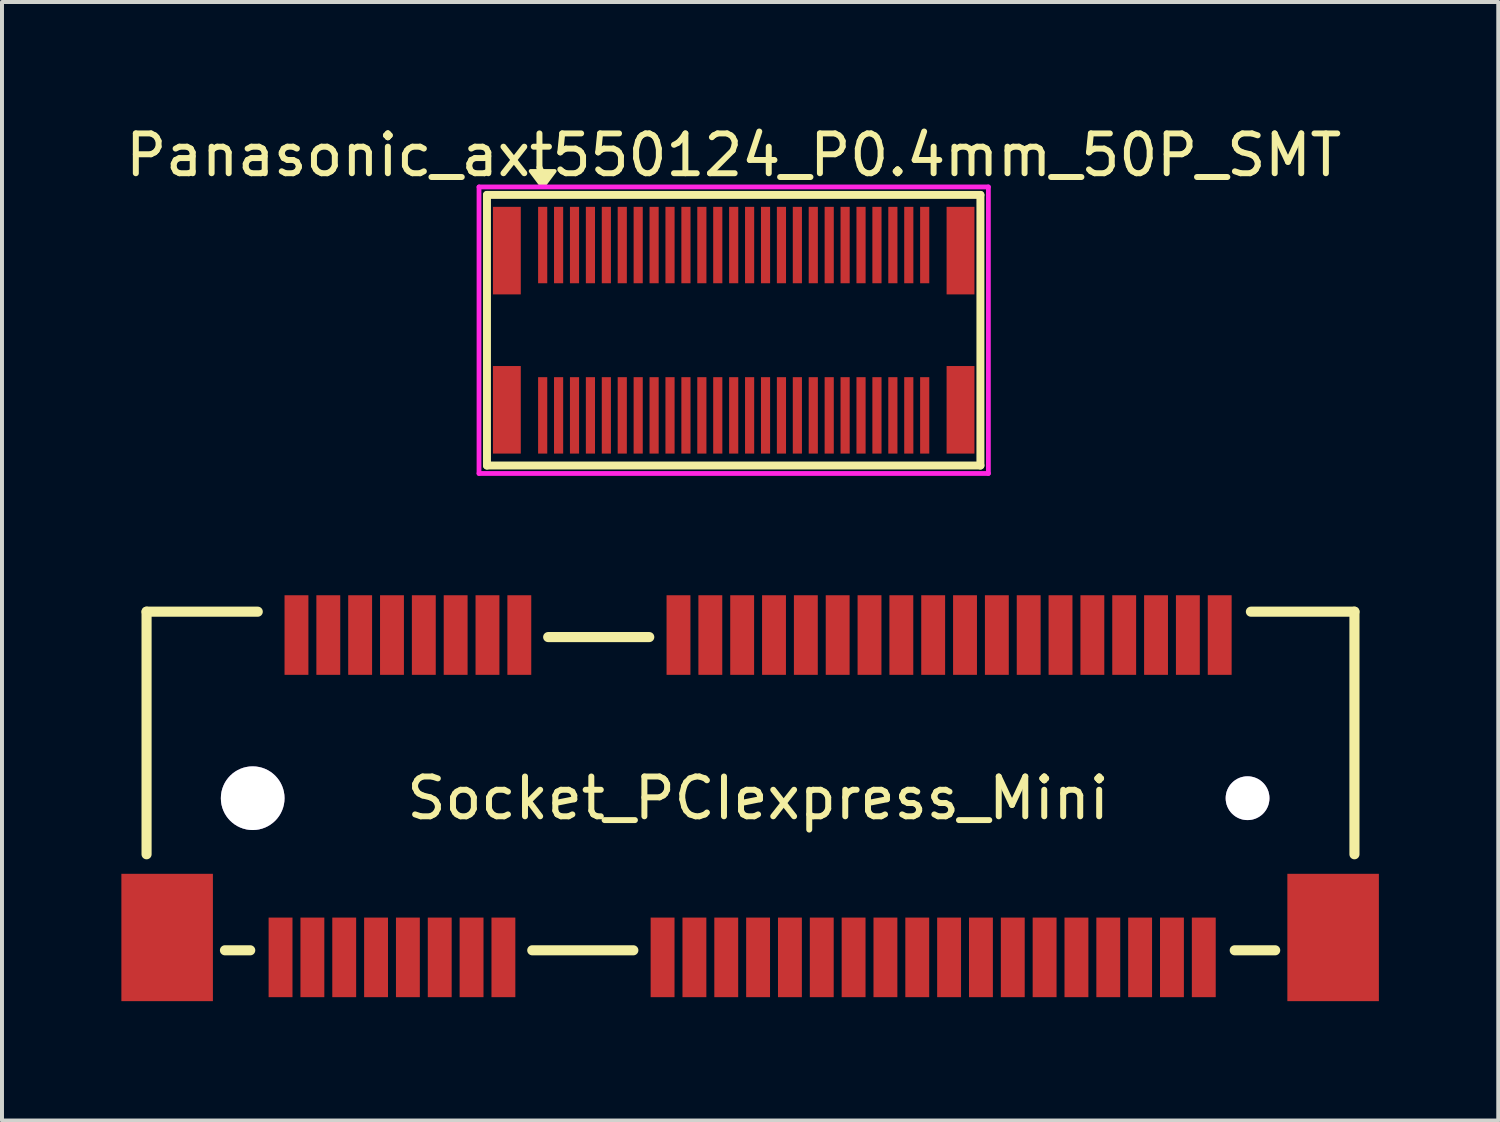
<source format=kicad_pcb>
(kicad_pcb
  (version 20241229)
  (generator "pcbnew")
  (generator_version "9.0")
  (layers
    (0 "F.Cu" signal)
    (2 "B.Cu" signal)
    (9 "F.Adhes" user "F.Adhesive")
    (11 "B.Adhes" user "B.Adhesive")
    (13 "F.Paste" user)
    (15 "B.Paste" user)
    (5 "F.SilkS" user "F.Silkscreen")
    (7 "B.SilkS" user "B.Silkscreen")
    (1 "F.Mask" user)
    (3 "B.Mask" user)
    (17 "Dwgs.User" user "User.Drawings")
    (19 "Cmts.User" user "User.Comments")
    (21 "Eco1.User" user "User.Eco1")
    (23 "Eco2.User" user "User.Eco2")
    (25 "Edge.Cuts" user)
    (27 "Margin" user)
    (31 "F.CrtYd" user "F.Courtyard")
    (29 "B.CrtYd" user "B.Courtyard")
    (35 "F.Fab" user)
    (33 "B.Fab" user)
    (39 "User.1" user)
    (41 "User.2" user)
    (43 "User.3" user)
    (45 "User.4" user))
  (footprint "Socket_PCIexpress_Mini"
    (layer "F.Cu")
    (at 3.3 17.008)
    (property "Reference" "Socket_PCIexpress_Mini" (at 12.7 0 0) (unlocked yes) (layer "F.SilkS") (effects (font (size 1 1) (thickness 0.15))))
    (attr smd)
    (fp_line (start -2.667 -4.687) (end 0.127 -4.687) (stroke (width 0.254) (type solid)) (layer "F.SilkS"))
    (fp_line (start -2.667 1.409) (end -2.667 -4.687) (stroke (width 0.254) (type solid)) (layer "F.SilkS"))
    (fp_line (start -0.697 3.822) (end -0.062 3.822) (stroke (width 0.254) (type solid)) (layer "F.SilkS"))
    (fp_line (start 7.025 3.822) (end 9.565 3.822) (stroke (width 0.254) (type solid)) (layer "F.SilkS"))
    (fp_line (start 7.425 -4.049) (end 9.965 -4.049) (stroke (width 0.254) (type solid)) (layer "F.SilkS"))
    (fp_line (start 24.678 3.822) (end 25.694 3.822) (stroke (width 0.254) (type solid)) (layer "F.SilkS"))
    (fp_line (start 25.084 -4.687) (end 27.686 -4.687) (stroke (width 0.254) (type solid)) (layer "F.SilkS"))
    (fp_line (start 27.686 1.409) (end 27.686 -4.687) (stroke (width 0.254) (type solid)) (layer "F.SilkS"))
    (pad "1" smd rect (at 0.7 4 180) (size 0.6 2) (layers "F.Cu" "F.Mask" "F.Paste"))
    (pad "2" smd rect (at 1.1 -4.1 180) (size 0.6 2) (layers "F.Cu" "F.Mask" "F.Paste"))
    (pad "3" smd rect (at 1.5 4 180) (size 0.6 2) (layers "F.Cu" "F.Mask" "F.Paste"))
    (pad "4" smd rect (at 1.9 -4.1 180) (size 0.6 2) (layers "F.Cu" "F.Mask" "F.Paste"))
    (pad "5" smd rect (at 2.3 4 180) (size 0.6 2) (layers "F.Cu" "F.Mask" "F.Paste"))
    (pad "6" smd rect (at 2.7 -4.1 180) (size 0.6 2) (layers "F.Cu" "F.Mask" "F.Paste"))
    (pad "7" smd rect (at 3.1 4 180) (size 0.6 2) (layers "F.Cu" "F.Mask" "F.Paste"))
    (pad "8" smd rect (at 3.5 -4.1 180) (size 0.6 2) (layers "F.Cu" "F.Mask" "F.Paste"))
    (pad "9" smd rect (at 3.9 4 180) (size 0.6 2) (layers "F.Cu" "F.Mask" "F.Paste"))
    (pad "10" smd rect (at 4.3 -4.1 180) (size 0.6 2) (layers "F.Cu" "F.Mask" "F.Paste"))
    (pad "11" smd rect (at 4.7 4 180) (size 0.6 2) (layers "F.Cu" "F.Mask" "F.Paste"))
    (pad "12" smd rect (at 5.1 -4.1 180) (size 0.6 2) (layers "F.Cu" "F.Mask" "F.Paste"))
    (pad "13" smd rect (at 5.5 4 180) (size 0.6 2) (layers "F.Cu" "F.Mask" "F.Paste"))
    (pad "14" smd rect (at 5.9 -4.1 180) (size 0.6 2) (layers "F.Cu" "F.Mask" "F.Paste"))
    (pad "15" smd rect (at 6.3 4 180) (size 0.6 2) (layers "F.Cu" "F.Mask" "F.Paste"))
    (pad "16" smd rect (at 6.7 -4.1 180) (size 0.6 2) (layers "F.Cu" "F.Mask" "F.Paste"))
    (pad "17" smd rect (at 10.3 4 180) (size 0.6 2) (layers "F.Cu" "F.Mask" "F.Paste"))
    (pad "18" smd rect (at 10.7 -4.1 180) (size 0.6 2) (layers "F.Cu" "F.Mask" "F.Paste"))
    (pad "19" smd rect (at 11.1 4 180) (size 0.6 2) (layers "F.Cu" "F.Mask" "F.Paste"))
    (pad "20" smd rect (at 11.5 -4.1 180) (size 0.6 2) (layers "F.Cu" "F.Mask" "F.Paste"))
    (pad "21" smd rect (at 11.9 4 180) (size 0.6 2) (layers "F.Cu" "F.Mask" "F.Paste"))
    (pad "22" smd rect (at 12.3 -4.1 180) (size 0.6 2) (layers "F.Cu" "F.Mask" "F.Paste"))
    (pad "23" smd rect (at 12.7 4 180) (size 0.6 2) (layers "F.Cu" "F.Mask" "F.Paste"))
    (pad "24" smd rect (at 13.1 -4.1 180) (size 0.6 2) (layers "F.Cu" "F.Mask" "F.Paste"))
    (pad "25" smd rect (at 13.5 4 180) (size 0.6 2) (layers "F.Cu" "F.Mask" "F.Paste"))
    (pad "26" smd rect (at 13.9 -4.1 180) (size 0.6 2) (layers "F.Cu" "F.Mask" "F.Paste"))
    (pad "27" smd rect (at 14.3 4 180) (size 0.6 2) (layers "F.Cu" "F.Mask" "F.Paste"))
    (pad "28" smd rect (at 14.7 -4.1 180) (size 0.6 2) (layers "F.Cu" "F.Mask" "F.Paste"))
    (pad "29" smd rect (at 15.1 4 180) (size 0.6 2) (layers "F.Cu" "F.Mask" "F.Paste"))
    (pad "30" smd rect (at 15.5 -4.1 180) (size 0.6 2) (layers "F.Cu" "F.Mask" "F.Paste"))
    (pad "31" smd rect (at 15.9 4 180) (size 0.6 2) (layers "F.Cu" "F.Mask" "F.Paste"))
    (pad "32" smd rect (at 16.3 -4.1 180) (size 0.6 2) (layers "F.Cu" "F.Mask" "F.Paste"))
    (pad "33" smd rect (at 16.7 4 180) (size 0.6 2) (layers "F.Cu" "F.Mask" "F.Paste"))
    (pad "34" smd rect (at 17.1 -4.1 180) (size 0.6 2) (layers "F.Cu" "F.Mask" "F.Paste"))
    (pad "35" smd rect (at 17.5 4 180) (size 0.6 2) (layers "F.Cu" "F.Mask" "F.Paste"))
    (pad "36" smd rect (at 17.9 -4.1 180) (size 0.6 2) (layers "F.Cu" "F.Mask" "F.Paste"))
    (pad "37" smd rect (at 18.3 4 180) (size 0.6 2) (layers "F.Cu" "F.Mask" "F.Paste"))
    (pad "38" smd rect (at 18.7 -4.1 180) (size 0.6 2) (layers "F.Cu" "F.Mask" "F.Paste"))
    (pad "39" smd rect (at 19.1 4 180) (size 0.6 2) (layers "F.Cu" "F.Mask" "F.Paste"))
    (pad "40" smd rect (at 19.5 -4.1 180) (size 0.6 2) (layers "F.Cu" "F.Mask" "F.Paste"))
    (pad "41" smd rect (at 19.9 4 180) (size 0.6 2) (layers "F.Cu" "F.Mask" "F.Paste"))
    (pad "42" smd rect (at 20.3 -4.1 180) (size 0.6 2) (layers "F.Cu" "F.Mask" "F.Paste"))
    (pad "43" smd rect (at 20.7 4 180) (size 0.6 2) (layers "F.Cu" "F.Mask" "F.Paste"))
    (pad "44" smd rect (at 21.1 -4.1 180) (size 0.6 2) (layers "F.Cu" "F.Mask" "F.Paste"))
    (pad "45" smd rect (at 21.5 4 180) (size 0.6 2) (layers "F.Cu" "F.Mask" "F.Paste"))
    (pad "46" smd rect (at 21.9 -4.1 180) (size 0.6 2) (layers "F.Cu" "F.Mask" "F.Paste"))
    (pad "47" smd rect (at 22.3 4 180) (size 0.6 2) (layers "F.Cu" "F.Mask" "F.Paste"))
    (pad "48" smd rect (at 22.7 -4.1 180) (size 0.6 2) (layers "F.Cu" "F.Mask" "F.Paste"))
    (pad "49" smd rect (at 23.1 4 180) (size 0.6 2) (layers "F.Cu" "F.Mask" "F.Paste"))
    (pad "50" smd rect (at 23.5 -4.1 180) (size 0.6 2) (layers "F.Cu" "F.Mask" "F.Paste"))
    (pad "51" smd rect (at 23.9 4 180) (size 0.6 2) (layers "F.Cu" "F.Mask" "F.Paste"))
    (pad "52" smd rect (at 24.3 -4.1 180) (size 0.6 2) (layers "F.Cu" "F.Mask" "F.Paste"))
    (pad "BO1" thru_hole circle (at 0 0 180) (size 1.6 1.6) (drill 1.6) (layers "*.Cu" "*.Mask"))
    (pad "BO2" thru_hole circle (at 25 0 180) (size 1.1 1.1) (drill 1.1) (layers "*.Cu" "*.Mask"))
    (pad "MP" smd rect (at -2.15 3.5 180) (size 2.3 3.2) (layers "F.Cu" "F.Mask" "F.Paste"))
    (pad "MP" smd rect (at 27.15 3.5) (size 2.3 3.2) (layers "F.Cu" "F.Mask" "F.Paste")))
  (footprint "Panasonic_axt550124_P0.4mm_50P_SMT"
    (layer "F.Cu")
    (at 15.387 5.248)
    (property "Reference" "Panasonic_axt550124_P0.4mm_50P_SMT" (at 0 -4.4 0) (layer "F.SilkS") (effects (font (size 1 1) (thickness 0.15))))
    (attr through_hole)
    (fp_line (start -6.2 -3.4) (end 6.2 -3.4) (stroke (width 0.2) (type solid)) (layer "F.SilkS"))
    (fp_line (start -6.2 3.4) (end -6.2 -3.4) (stroke (width 0.2) (type solid)) (layer "F.SilkS"))
    (fp_line (start 6.2 -3.4) (end 6.2 3.4) (stroke (width 0.2) (type solid)) (layer "F.SilkS"))
    (fp_line (start 6.2 3.4) (end -6.2 3.4) (stroke (width 0.2) (type solid)) (layer "F.SilkS"))
    (fp_poly (pts (xy -4.8 -3.6) (xy -5.1 -4) (xy -4.5 -4)) (stroke (width 0.1) (type solid)) (fill yes) (layer "F.SilkS"))
    (fp_line (start -6.4 -3.6) (end 6.4 -3.6) (stroke (width 0.12) (type solid)) (layer "F.CrtYd"))
    (fp_line (start -6.4 3.6) (end -6.4 -3.6) (stroke (width 0.12) (type solid)) (layer "F.CrtYd"))
    (fp_line (start 6.4 -3.6) (end 6.4 3.6) (stroke (width 0.12) (type solid)) (layer "F.CrtYd"))
    (fp_line (start 6.4 3.6) (end -6.4 3.6) (stroke (width 0.12) (type solid)) (layer "F.CrtYd"))
    (pad "1" smd rect (at -4.8 -2.14 180) (size 0.23 1.92) (layers "F.Cu" "F.Mask" "F.Paste"))
    (pad "2" smd rect (at -4.8 2.14 180) (size 0.23 1.92) (layers "F.Cu" "F.Mask" "F.Paste"))
    (pad "3" smd rect (at -4.4 -2.14 180) (size 0.23 1.92) (layers "F.Cu" "F.Mask" "F.Paste"))
    (pad "4" smd rect (at -4.4 2.14 180) (size 0.23 1.92) (layers "F.Cu" "F.Mask" "F.Paste"))
    (pad "5" smd rect (at -4 -2.14 180) (size 0.23 1.92) (layers "F.Cu" "F.Mask" "F.Paste"))
    (pad "6" smd rect (at -4 2.14 180) (size 0.23 1.92) (layers "F.Cu" "F.Mask" "F.Paste"))
    (pad "7" smd rect (at -3.6 -2.14 180) (size 0.23 1.92) (layers "F.Cu" "F.Mask" "F.Paste"))
    (pad "8" smd rect (at -3.6 2.14 180) (size 0.23 1.92) (layers "F.Cu" "F.Mask" "F.Paste"))
    (pad "9" smd rect (at -3.2 -2.14 180) (size 0.23 1.92) (layers "F.Cu" "F.Mask" "F.Paste"))
    (pad "10" smd rect (at -3.2 2.14 180) (size 0.23 1.92) (layers "F.Cu" "F.Mask" "F.Paste"))
    (pad "11" smd rect (at -2.8 -2.14 180) (size 0.23 1.92) (layers "F.Cu" "F.Mask" "F.Paste"))
    (pad "12" smd rect (at -2.8 2.14 180) (size 0.23 1.92) (layers "F.Cu" "F.Mask" "F.Paste"))
    (pad "13" smd rect (at -2.4 -2.14 180) (size 0.23 1.92) (layers "F.Cu" "F.Mask" "F.Paste"))
    (pad "14" smd rect (at -2.4 2.14 180) (size 0.23 1.92) (layers "F.Cu" "F.Mask" "F.Paste"))
    (pad "15" smd rect (at -2 -2.14 180) (size 0.23 1.92) (layers "F.Cu" "F.Mask" "F.Paste"))
    (pad "16" smd rect (at -2 2.14 180) (size 0.23 1.92) (layers "F.Cu" "F.Mask" "F.Paste"))
    (pad "17" smd rect (at -1.6 -2.14 180) (size 0.23 1.92) (layers "F.Cu" "F.Mask" "F.Paste"))
    (pad "18" smd rect (at -1.6 2.14 180) (size 0.23 1.92) (layers "F.Cu" "F.Mask" "F.Paste"))
    (pad "19" smd rect (at -1.2 -2.14 180) (size 0.23 1.92) (layers "F.Cu" "F.Mask" "F.Paste"))
    (pad "20" smd rect (at -1.2 2.14 180) (size 0.23 1.92) (layers "F.Cu" "F.Mask" "F.Paste"))
    (pad "21" smd rect (at -0.8 -2.14 180) (size 0.23 1.92) (layers "F.Cu" "F.Mask" "F.Paste"))
    (pad "22" smd rect (at -0.8 2.14 180) (size 0.23 1.92) (layers "F.Cu" "F.Mask" "F.Paste"))
    (pad "23" smd rect (at -0.4 -2.14 180) (size 0.23 1.92) (layers "F.Cu" "F.Mask" "F.Paste"))
    (pad "24" smd rect (at -0.4 2.14 180) (size 0.23 1.92) (layers "F.Cu" "F.Mask" "F.Paste"))
    (pad "25" smd rect (at 0 -2.14 180) (size 0.23 1.92) (layers "F.Cu" "F.Mask" "F.Paste"))
    (pad "26" smd rect (at 0 2.14 180) (size 0.23 1.92) (layers "F.Cu" "F.Mask" "F.Paste"))
    (pad "27" smd rect (at 0.4 -2.14 180) (size 0.23 1.92) (layers "F.Cu" "F.Mask" "F.Paste"))
    (pad "28" smd rect (at 0.4 2.14 180) (size 0.23 1.92) (layers "F.Cu" "F.Mask" "F.Paste"))
    (pad "29" smd rect (at 0.8 -2.14 180) (size 0.23 1.92) (layers "F.Cu" "F.Mask" "F.Paste"))
    (pad "30" smd rect (at 0.8 2.14 180) (size 0.23 1.92) (layers "F.Cu" "F.Mask" "F.Paste"))
    (pad "31" smd rect (at 1.2 -2.14 180) (size 0.23 1.92) (layers "F.Cu" "F.Mask" "F.Paste"))
    (pad "32" smd rect (at 1.2 2.14 180) (size 0.23 1.92) (layers "F.Cu" "F.Mask" "F.Paste"))
    (pad "33" smd rect (at 1.6 -2.14 180) (size 0.23 1.92) (layers "F.Cu" "F.Mask" "F.Paste"))
    (pad "34" smd rect (at 1.6 2.14 180) (size 0.23 1.92) (layers "F.Cu" "F.Mask" "F.Paste"))
    (pad "35" smd rect (at 2 -2.14 180) (size 0.23 1.92) (layers "F.Cu" "F.Mask" "F.Paste"))
    (pad "36" smd rect (at 2 2.14 180) (size 0.23 1.92) (layers "F.Cu" "F.Mask" "F.Paste"))
    (pad "37" smd rect (at 2.4 -2.14 180) (size 0.23 1.92) (layers "F.Cu" "F.Mask" "F.Paste"))
    (pad "38" smd rect (at 2.4 2.14 180) (size 0.23 1.92) (layers "F.Cu" "F.Mask" "F.Paste"))
    (pad "39" smd rect (at 2.8 -2.14 180) (size 0.23 1.92) (layers "F.Cu" "F.Mask" "F.Paste"))
    (pad "40" smd rect (at 2.8 2.14 180) (size 0.23 1.92) (layers "F.Cu" "F.Mask" "F.Paste"))
    (pad "41" smd rect (at 3.2 -2.14 180) (size 0.23 1.92) (layers "F.Cu" "F.Mask" "F.Paste"))
    (pad "42" smd rect (at 3.2 2.14 180) (size 0.23 1.92) (layers "F.Cu" "F.Mask" "F.Paste"))
    (pad "43" smd rect (at 3.6 -2.14 180) (size 0.23 1.92) (layers "F.Cu" "F.Mask" "F.Paste"))
    (pad "44" smd rect (at 3.6 2.14 180) (size 0.23 1.92) (layers "F.Cu" "F.Mask" "F.Paste"))
    (pad "45" smd rect (at 4 -2.14 180) (size 0.23 1.92) (layers "F.Cu" "F.Mask" "F.Paste"))
    (pad "46" smd rect (at 4 2.14 180) (size 0.23 1.92) (layers "F.Cu" "F.Mask" "F.Paste"))
    (pad "47" smd rect (at 4.4 -2.14 180) (size 0.23 1.92) (layers "F.Cu" "F.Mask" "F.Paste"))
    (pad "48" smd rect (at 4.4 2.14 180) (size 0.23 1.92) (layers "F.Cu" "F.Mask" "F.Paste"))
    (pad "49" smd rect (at 4.8 -2.14 180) (size 0.23 1.92) (layers "F.Cu" "F.Mask" "F.Paste"))
    (pad "50" smd rect (at 4.8 2.14 180) (size 0.23 1.92) (layers "F.Cu" "F.Mask" "F.Paste"))
    (pad "MP" smd rect (at -5.7 -2) (size 0.7 2.2) (layers "F.Cu" "F.Mask" "F.Paste"))
    (pad "MP" smd rect (at -5.7 2) (size 0.7 2.2) (layers "F.Cu" "F.Mask" "F.Paste"))
    (pad "MP" smd rect (at 5.7 -2 180) (size 0.7 2.2) (layers "F.Cu" "F.Mask" "F.Paste"))
    (pad "MP" smd rect (at 5.7 2 180) (size 0.7 2.2) (layers "F.Cu" "F.Mask" "F.Paste")))
  (gr_rect
    (start -3 -3)
    (end 34.6 25.108)
    (stroke (width 0.1) (type default))
    (fill no)
    (layer "Edge.Cuts")))
</source>
